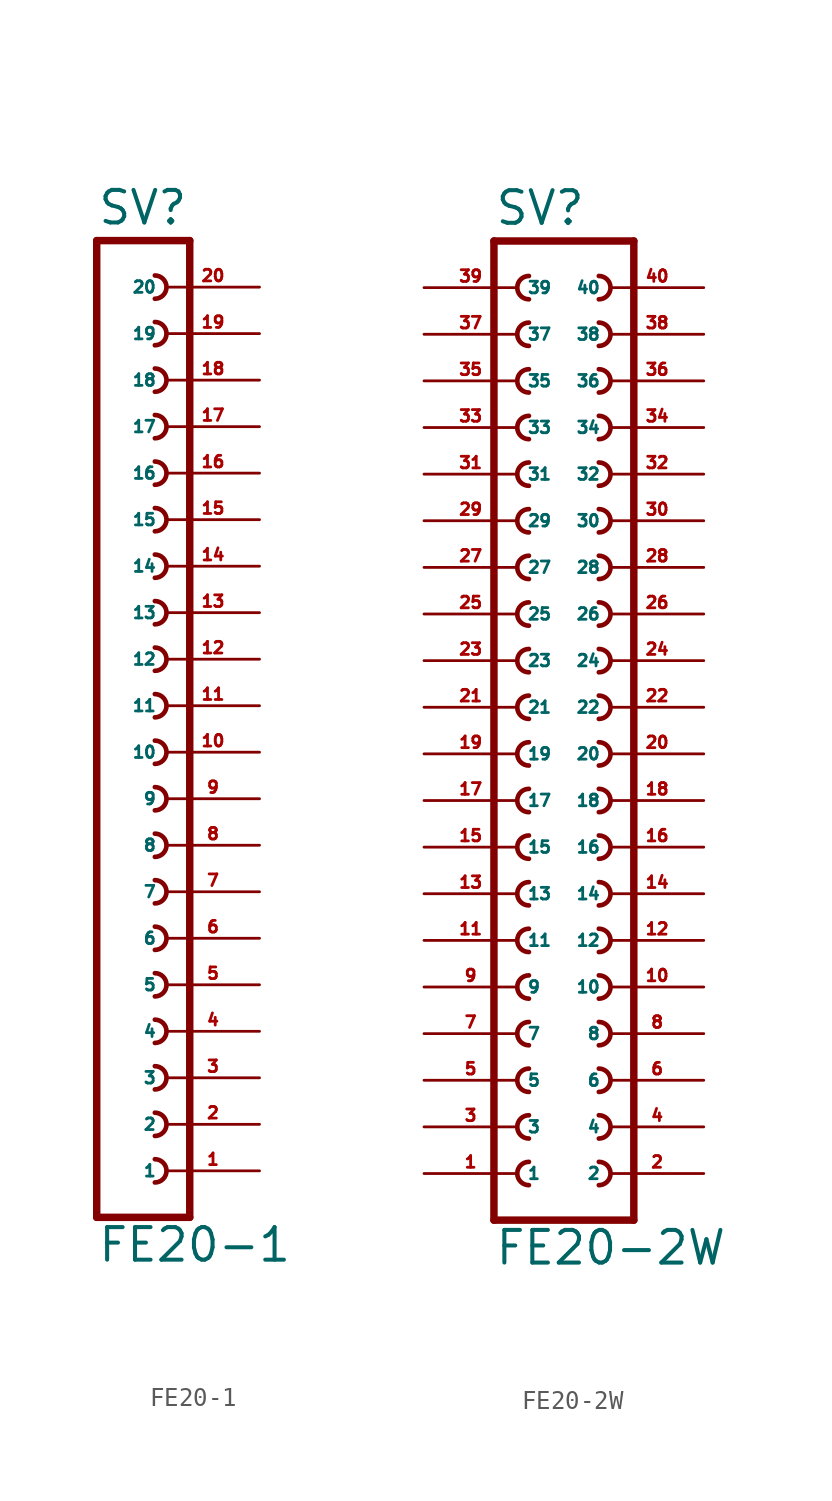
<source format=kicad_sym>
(kicad_symbol_lib
  (version 20220914)
  (generator Eagle2Kicad)
  (symbol "FE20-1"
    (property "Reference" "SV"
      (at -1.27 26.162 0)
      (effects (font (size 1.778 1.778) (thickness 0.22)) (justify left bottom)))
    (property "Value" "FE20-1"
      (at -1.27 -30.48 0)
      (effects (font (size 1.778 1.778) (thickness 0.22)) (justify left bottom)))
    (polyline
      (pts (xy 3.81 -27.94) (xy -1.27 -27.94))
      (stroke (width 0.406) (type default))
      (fill (type none)))
    (arc
      (start 1.905 -20.955)
      (mid 2.540 -20.320)
      (end 1.905 -19.685)
      (stroke (width 0.254) (type default))
      (fill (type none)))
    (arc
      (start 1.905 -23.495)
      (mid 2.540 -22.860)
      (end 1.905 -22.225)
      (stroke (width 0.254) (type default))
      (fill (type none)))
    (arc
      (start 1.905 -26.035)
      (mid 2.540 -25.400)
      (end 1.905 -24.765)
      (stroke (width 0.254) (type default))
      (fill (type none)))
    (arc
      (start 1.905 -15.875)
      (mid 2.540 -15.240)
      (end 1.905 -14.605)
      (stroke (width 0.254) (type default))
      (fill (type none)))
    (arc
      (start 1.905 -18.415)
      (mid 2.540 -17.780)
      (end 1.905 -17.145)
      (stroke (width 0.254) (type default))
      (fill (type none)))
    (arc
      (start 1.905 -8.255)
      (mid 2.540 -7.620)
      (end 1.905 -6.985)
      (stroke (width 0.254) (type default))
      (fill (type none)))
    (arc
      (start 1.905 -10.795)
      (mid 2.540 -10.160)
      (end 1.905 -9.525)
      (stroke (width 0.254) (type default))
      (fill (type none)))
    (arc
      (start 1.905 -13.335)
      (mid 2.540 -12.700)
      (end 1.905 -12.065)
      (stroke (width 0.254) (type default))
      (fill (type none)))
    (arc
      (start 1.905 -3.175)
      (mid 2.540 -2.540)
      (end 1.905 -1.905)
      (stroke (width 0.254) (type default))
      (fill (type none)))
    (arc
      (start 1.905 -5.715)
      (mid 2.540 -5.080)
      (end 1.905 -4.445)
      (stroke (width 0.254) (type default))
      (fill (type none)))
    (arc
      (start 1.905 4.445)
      (mid 2.540 5.080)
      (end 1.905 5.715)
      (stroke (width 0.254) (type default))
      (fill (type none)))
    (arc
      (start 1.905 1.905)
      (mid 2.540 2.540)
      (end 1.905 3.175)
      (stroke (width 0.254) (type default))
      (fill (type none)))
    (arc
      (start 1.905 -0.635)
      (mid 2.540 0.000)
      (end 1.905 0.635)
      (stroke (width 0.254) (type default))
      (fill (type none)))
    (arc
      (start 1.905 9.525)
      (mid 2.540 10.160)
      (end 1.905 10.795)
      (stroke (width 0.254) (type default))
      (fill (type none)))
    (arc
      (start 1.905 6.985)
      (mid 2.540 7.620)
      (end 1.905 8.255)
      (stroke (width 0.254) (type default))
      (fill (type none)))
    (arc
      (start 1.905 17.145)
      (mid 2.540 17.780)
      (end 1.905 18.415)
      (stroke (width 0.254) (type default))
      (fill (type none)))
    (arc
      (start 1.905 14.605)
      (mid 2.540 15.240)
      (end 1.905 15.875)
      (stroke (width 0.254) (type default))
      (fill (type none)))
    (arc
      (start 1.905 12.065)
      (mid 2.540 12.700)
      (end 1.905 13.335)
      (stroke (width 0.254) (type default))
      (fill (type none)))
    (polyline
      (pts (xy -1.27 25.4) (xy -1.27 -27.94))
      (stroke (width 0.406) (type default))
      (fill (type none)))
    (polyline
      (pts (xy 3.81 -27.94) (xy 3.81 25.4))
      (stroke (width 0.406) (type default))
      (fill (type none)))
    (polyline
      (pts (xy -1.27 25.4) (xy 3.81 25.4))
      (stroke (width 0.406) (type default))
      (fill (type none)))
    (arc
      (start 1.905 22.225)
      (mid 2.540 22.860)
      (end 1.905 23.495)
      (stroke (width 0.254) (type default))
      (fill (type none)))
    (arc
      (start 1.905 19.685)
      (mid 2.540 20.320)
      (end 1.905 20.955)
      (stroke (width 0.254) (type default))
      (fill (type none)))
    (pin passive line
      (at 7.62 -25.4 180)
      (length 5.08)
      (name "1" (effects (font (size 0.635 0.635) (thickness 0.08)) (justify left bottom)))
      (number "1" (effects (font (size 0.635 0.635) (thickness 0.08)) (justify left bottom))))
    (pin passive line
      (at 7.62 -22.86 180)
      (length 5.08)
      (name "2" (effects (font (size 0.635 0.635) (thickness 0.08)) (justify left bottom)))
      (number "2" (effects (font (size 0.635 0.635) (thickness 0.08)) (justify left bottom))))
    (pin passive line
      (at 7.62 -20.32 180)
      (length 5.08)
      (name "3" (effects (font (size 0.635 0.635) (thickness 0.08)) (justify left bottom)))
      (number "3" (effects (font (size 0.635 0.635) (thickness 0.08)) (justify left bottom))))
    (pin passive line
      (at 7.62 -17.78 180)
      (length 5.08)
      (name "4" (effects (font (size 0.635 0.635) (thickness 0.08)) (justify left bottom)))
      (number "4" (effects (font (size 0.635 0.635) (thickness 0.08)) (justify left bottom))))
    (pin passive line
      (at 7.62 -15.24 180)
      (length 5.08)
      (name "5" (effects (font (size 0.635 0.635) (thickness 0.08)) (justify left bottom)))
      (number "5" (effects (font (size 0.635 0.635) (thickness 0.08)) (justify left bottom))))
    (pin passive line
      (at 7.62 -12.7 180)
      (length 5.08)
      (name "6" (effects (font (size 0.635 0.635) (thickness 0.08)) (justify left bottom)))
      (number "6" (effects (font (size 0.635 0.635) (thickness 0.08)) (justify left bottom))))
    (pin passive line
      (at 7.62 -10.16 180)
      (length 5.08)
      (name "7" (effects (font (size 0.635 0.635) (thickness 0.08)) (justify left bottom)))
      (number "7" (effects (font (size 0.635 0.635) (thickness 0.08)) (justify left bottom))))
    (pin passive line
      (at 7.62 -7.62 180)
      (length 5.08)
      (name "8" (effects (font (size 0.635 0.635) (thickness 0.08)) (justify left bottom)))
      (number "8" (effects (font (size 0.635 0.635) (thickness 0.08)) (justify left bottom))))
    (pin passive line
      (at 7.62 -5.08 180)
      (length 5.08)
      (name "9" (effects (font (size 0.635 0.635) (thickness 0.08)) (justify left bottom)))
      (number "9" (effects (font (size 0.635 0.635) (thickness 0.08)) (justify left bottom))))
    (pin passive line
      (at 7.62 -2.54 180)
      (length 5.08)
      (name "10" (effects (font (size 0.635 0.635) (thickness 0.08)) (justify left bottom)))
      (number "10" (effects (font (size 0.635 0.635) (thickness 0.08)) (justify left bottom))))
    (pin passive line
      (at 7.62 0 180)
      (length 5.08)
      (name "11" (effects (font (size 0.635 0.635) (thickness 0.08)) (justify left bottom)))
      (number "11" (effects (font (size 0.635 0.635) (thickness 0.08)) (justify left bottom))))
    (pin passive line
      (at 7.62 2.54 180)
      (length 5.08)
      (name "12" (effects (font (size 0.635 0.635) (thickness 0.08)) (justify left bottom)))
      (number "12" (effects (font (size 0.635 0.635) (thickness 0.08)) (justify left bottom))))
    (pin passive line
      (at 7.62 5.08 180)
      (length 5.08)
      (name "13" (effects (font (size 0.635 0.635) (thickness 0.08)) (justify left bottom)))
      (number "13" (effects (font (size 0.635 0.635) (thickness 0.08)) (justify left bottom))))
    (pin passive line
      (at 7.62 7.62 180)
      (length 5.08)
      (name "14" (effects (font (size 0.635 0.635) (thickness 0.08)) (justify left bottom)))
      (number "14" (effects (font (size 0.635 0.635) (thickness 0.08)) (justify left bottom))))
    (pin passive line
      (at 7.62 10.16 180)
      (length 5.08)
      (name "15" (effects (font (size 0.635 0.635) (thickness 0.08)) (justify left bottom)))
      (number "15" (effects (font (size 0.635 0.635) (thickness 0.08)) (justify left bottom))))
    (pin passive line
      (at 7.62 12.7 180)
      (length 5.08)
      (name "16" (effects (font (size 0.635 0.635) (thickness 0.08)) (justify left bottom)))
      (number "16" (effects (font (size 0.635 0.635) (thickness 0.08)) (justify left bottom))))
    (pin passive line
      (at 7.62 15.24 180)
      (length 5.08)
      (name "17" (effects (font (size 0.635 0.635) (thickness 0.08)) (justify left bottom)))
      (number "17" (effects (font (size 0.635 0.635) (thickness 0.08)) (justify left bottom))))
    (pin passive line
      (at 7.62 17.78 180)
      (length 5.08)
      (name "18" (effects (font (size 0.635 0.635) (thickness 0.08)) (justify left bottom)))
      (number "18" (effects (font (size 0.635 0.635) (thickness 0.08)) (justify left bottom))))
    (pin passive line
      (at 7.62 20.32 180)
      (length 5.08)
      (name "19" (effects (font (size 0.635 0.635) (thickness 0.08)) (justify left bottom)))
      (number "19" (effects (font (size 0.635 0.635) (thickness 0.08)) (justify left bottom))))
    (pin passive line
      (at 7.62 22.86 180)
      (length 5.08)
      (name "20" (effects (font (size 0.635 0.635) (thickness 0.08)) (justify left bottom)))
      (number "20" (effects (font (size 0.635 0.635) (thickness 0.08)) (justify left bottom)))))
  (symbol "FE20-2W"
    (property "Reference" "SV"
      (at -3.81 26.162 0)
      (effects (font (size 1.778 1.778) (thickness 0.22)) (justify left bottom)))
    (property "Value" "FE20-2W"
      (at -3.81 -30.48 0)
      (effects (font (size 1.778 1.778) (thickness 0.22)) (justify left bottom)))
    (polyline
      (pts (xy 3.81 -27.94) (xy -3.81 -27.94))
      (stroke (width 0.406) (type default))
      (fill (type none)))
    (arc
      (start -1.905 -19.685)
      (mid -2.540 -20.320)
      (end -1.905 -20.955)
      (stroke (width 0.254) (type default))
      (fill (type none)))
    (arc
      (start -1.905 -22.225)
      (mid -2.540 -22.860)
      (end -1.905 -23.495)
      (stroke (width 0.254) (type default))
      (fill (type none)))
    (arc
      (start -1.905 -24.765)
      (mid -2.540 -25.400)
      (end -1.905 -26.035)
      (stroke (width 0.254) (type default))
      (fill (type none)))
    (arc
      (start 1.905 -20.955)
      (mid 2.540 -20.320)
      (end 1.905 -19.685)
      (stroke (width 0.254) (type default))
      (fill (type none)))
    (arc
      (start 1.905 -23.495)
      (mid 2.540 -22.860)
      (end 1.905 -22.225)
      (stroke (width 0.254) (type default))
      (fill (type none)))
    (arc
      (start 1.905 -26.035)
      (mid 2.540 -25.400)
      (end 1.905 -24.765)
      (stroke (width 0.254) (type default))
      (fill (type none)))
    (arc
      (start -1.905 -14.605)
      (mid -2.540 -15.240)
      (end -1.905 -15.875)
      (stroke (width 0.254) (type default))
      (fill (type none)))
    (arc
      (start -1.905 -17.145)
      (mid -2.540 -17.780)
      (end -1.905 -18.415)
      (stroke (width 0.254) (type default))
      (fill (type none)))
    (arc
      (start 1.905 -15.875)
      (mid 2.540 -15.240)
      (end 1.905 -14.605)
      (stroke (width 0.254) (type default))
      (fill (type none)))
    (arc
      (start 1.905 -18.415)
      (mid 2.540 -17.780)
      (end 1.905 -17.145)
      (stroke (width 0.254) (type default))
      (fill (type none)))
    (arc
      (start -1.905 -6.985)
      (mid -2.540 -7.620)
      (end -1.905 -8.255)
      (stroke (width 0.254) (type default))
      (fill (type none)))
    (arc
      (start -1.905 -9.525)
      (mid -2.540 -10.160)
      (end -1.905 -10.795)
      (stroke (width 0.254) (type default))
      (fill (type none)))
    (arc
      (start -1.905 -12.065)
      (mid -2.540 -12.700)
      (end -1.905 -13.335)
      (stroke (width 0.254) (type default))
      (fill (type none)))
    (arc
      (start 1.905 -8.255)
      (mid 2.540 -7.620)
      (end 1.905 -6.985)
      (stroke (width 0.254) (type default))
      (fill (type none)))
    (arc
      (start 1.905 -10.795)
      (mid 2.540 -10.160)
      (end 1.905 -9.525)
      (stroke (width 0.254) (type default))
      (fill (type none)))
    (arc
      (start 1.905 -13.335)
      (mid 2.540 -12.700)
      (end 1.905 -12.065)
      (stroke (width 0.254) (type default))
      (fill (type none)))
    (arc
      (start -1.905 -1.905)
      (mid -2.540 -2.540)
      (end -1.905 -3.175)
      (stroke (width 0.254) (type default))
      (fill (type none)))
    (arc
      (start -1.905 -4.445)
      (mid -2.540 -5.080)
      (end -1.905 -5.715)
      (stroke (width 0.254) (type default))
      (fill (type none)))
    (arc
      (start 1.905 -3.175)
      (mid 2.540 -2.540)
      (end 1.905 -1.905)
      (stroke (width 0.254) (type default))
      (fill (type none)))
    (arc
      (start 1.905 -5.715)
      (mid 2.540 -5.080)
      (end 1.905 -4.445)
      (stroke (width 0.254) (type default))
      (fill (type none)))
    (arc
      (start -1.905 5.715)
      (mid -2.540 5.080)
      (end -1.905 4.445)
      (stroke (width 0.254) (type default))
      (fill (type none)))
    (arc
      (start -1.905 3.175)
      (mid -2.540 2.540)
      (end -1.905 1.905)
      (stroke (width 0.254) (type default))
      (fill (type none)))
    (arc
      (start -1.905 0.635)
      (mid -2.540 0.000)
      (end -1.905 -0.635)
      (stroke (width 0.254) (type default))
      (fill (type none)))
    (arc
      (start 1.905 4.445)
      (mid 2.540 5.080)
      (end 1.905 5.715)
      (stroke (width 0.254) (type default))
      (fill (type none)))
    (arc
      (start 1.905 1.905)
      (mid 2.540 2.540)
      (end 1.905 3.175)
      (stroke (width 0.254) (type default))
      (fill (type none)))
    (arc
      (start 1.905 -0.635)
      (mid 2.540 0.000)
      (end 1.905 0.635)
      (stroke (width 0.254) (type default))
      (fill (type none)))
    (arc
      (start -1.905 10.795)
      (mid -2.540 10.160)
      (end -1.905 9.525)
      (stroke (width 0.254) (type default))
      (fill (type none)))
    (arc
      (start -1.905 8.255)
      (mid -2.540 7.620)
      (end -1.905 6.985)
      (stroke (width 0.254) (type default))
      (fill (type none)))
    (arc
      (start 1.905 9.525)
      (mid 2.540 10.160)
      (end 1.905 10.795)
      (stroke (width 0.254) (type default))
      (fill (type none)))
    (arc
      (start 1.905 6.985)
      (mid 2.540 7.620)
      (end 1.905 8.255)
      (stroke (width 0.254) (type default))
      (fill (type none)))
    (arc
      (start -1.905 15.875)
      (mid -2.540 15.240)
      (end -1.905 14.605)
      (stroke (width 0.254) (type default))
      (fill (type none)))
    (arc
      (start -1.905 13.335)
      (mid -2.540 12.700)
      (end -1.905 12.065)
      (stroke (width 0.254) (type default))
      (fill (type none)))
    (arc
      (start 1.905 14.605)
      (mid 2.540 15.240)
      (end 1.905 15.875)
      (stroke (width 0.254) (type default))
      (fill (type none)))
    (arc
      (start 1.905 12.065)
      (mid 2.540 12.700)
      (end 1.905 13.335)
      (stroke (width 0.254) (type default))
      (fill (type none)))
    (arc
      (start -1.905 23.495)
      (mid -2.540 22.860)
      (end -1.905 22.225)
      (stroke (width 0.254) (type default))
      (fill (type none)))
    (arc
      (start -1.905 20.955)
      (mid -2.540 20.320)
      (end -1.905 19.685)
      (stroke (width 0.254) (type default))
      (fill (type none)))
    (arc
      (start -1.905 18.415)
      (mid -2.540 17.780)
      (end -1.905 17.145)
      (stroke (width 0.254) (type default))
      (fill (type none)))
    (arc
      (start 1.905 22.225)
      (mid 2.540 22.860)
      (end 1.905 23.495)
      (stroke (width 0.254) (type default))
      (fill (type none)))
    (arc
      (start 1.905 19.685)
      (mid 2.540 20.320)
      (end 1.905 20.955)
      (stroke (width 0.254) (type default))
      (fill (type none)))
    (arc
      (start 1.905 17.145)
      (mid 2.540 17.780)
      (end 1.905 18.415)
      (stroke (width 0.254) (type default))
      (fill (type none)))
    (polyline
      (pts (xy -3.81 25.4) (xy -3.81 -27.94))
      (stroke (width 0.406) (type default))
      (fill (type none)))
    (polyline
      (pts (xy 3.81 -27.94) (xy 3.81 25.4))
      (stroke (width 0.406) (type default))
      (fill (type none)))
    (polyline
      (pts (xy -3.81 25.4) (xy 3.81 25.4))
      (stroke (width 0.406) (type default))
      (fill (type none)))
    (pin passive line
      (at -7.62 -25.4 0)
      (length 5.08)
      (name "1" (effects (font (size 0.635 0.635) (thickness 0.08)) (justify left bottom)))
      (number "1" (effects (font (size 0.635 0.635) (thickness 0.08)) (justify left bottom))))
    (pin passive line
      (at -7.62 -22.86 0)
      (length 5.08)
      (name "3" (effects (font (size 0.635 0.635) (thickness 0.08)) (justify left bottom)))
      (number "3" (effects (font (size 0.635 0.635) (thickness 0.08)) (justify left bottom))))
    (pin passive line
      (at -7.62 -20.32 0)
      (length 5.08)
      (name "5" (effects (font (size 0.635 0.635) (thickness 0.08)) (justify left bottom)))
      (number "5" (effects (font (size 0.635 0.635) (thickness 0.08)) (justify left bottom))))
    (pin passive line
      (at 7.62 -25.4 180)
      (length 5.08)
      (name "2" (effects (font (size 0.635 0.635) (thickness 0.08)) (justify left bottom)))
      (number "2" (effects (font (size 0.635 0.635) (thickness 0.08)) (justify left bottom))))
    (pin passive line
      (at 7.62 -22.86 180)
      (length 5.08)
      (name "4" (effects (font (size 0.635 0.635) (thickness 0.08)) (justify left bottom)))
      (number "4" (effects (font (size 0.635 0.635) (thickness 0.08)) (justify left bottom))))
    (pin passive line
      (at 7.62 -20.32 180)
      (length 5.08)
      (name "6" (effects (font (size 0.635 0.635) (thickness 0.08)) (justify left bottom)))
      (number "6" (effects (font (size 0.635 0.635) (thickness 0.08)) (justify left bottom))))
    (pin passive line
      (at -7.62 -17.78 0)
      (length 5.08)
      (name "7" (effects (font (size 0.635 0.635) (thickness 0.08)) (justify left bottom)))
      (number "7" (effects (font (size 0.635 0.635) (thickness 0.08)) (justify left bottom))))
    (pin passive line
      (at -7.62 -15.24 0)
      (length 5.08)
      (name "9" (effects (font (size 0.635 0.635) (thickness 0.08)) (justify left bottom)))
      (number "9" (effects (font (size 0.635 0.635) (thickness 0.08)) (justify left bottom))))
    (pin passive line
      (at 7.62 -17.78 180)
      (length 5.08)
      (name "8" (effects (font (size 0.635 0.635) (thickness 0.08)) (justify left bottom)))
      (number "8" (effects (font (size 0.635 0.635) (thickness 0.08)) (justify left bottom))))
    (pin passive line
      (at 7.62 -15.24 180)
      (length 5.08)
      (name "10" (effects (font (size 0.635 0.635) (thickness 0.08)) (justify left bottom)))
      (number "10" (effects (font (size 0.635 0.635) (thickness 0.08)) (justify left bottom))))
    (pin passive line
      (at -7.62 -12.7 0)
      (length 5.08)
      (name "11" (effects (font (size 0.635 0.635) (thickness 0.08)) (justify left bottom)))
      (number "11" (effects (font (size 0.635 0.635) (thickness 0.08)) (justify left bottom))))
    (pin passive line
      (at -7.62 -10.16 0)
      (length 5.08)
      (name "13" (effects (font (size 0.635 0.635) (thickness 0.08)) (justify left bottom)))
      (number "13" (effects (font (size 0.635 0.635) (thickness 0.08)) (justify left bottom))))
    (pin passive line
      (at -7.62 -7.62 0)
      (length 5.08)
      (name "15" (effects (font (size 0.635 0.635) (thickness 0.08)) (justify left bottom)))
      (number "15" (effects (font (size 0.635 0.635) (thickness 0.08)) (justify left bottom))))
    (pin passive line
      (at 7.62 -12.7 180)
      (length 5.08)
      (name "12" (effects (font (size 0.635 0.635) (thickness 0.08)) (justify left bottom)))
      (number "12" (effects (font (size 0.635 0.635) (thickness 0.08)) (justify left bottom))))
    (pin passive line
      (at 7.62 -10.16 180)
      (length 5.08)
      (name "14" (effects (font (size 0.635 0.635) (thickness 0.08)) (justify left bottom)))
      (number "14" (effects (font (size 0.635 0.635) (thickness 0.08)) (justify left bottom))))
    (pin passive line
      (at 7.62 -7.62 180)
      (length 5.08)
      (name "16" (effects (font (size 0.635 0.635) (thickness 0.08)) (justify left bottom)))
      (number "16" (effects (font (size 0.635 0.635) (thickness 0.08)) (justify left bottom))))
    (pin passive line
      (at -7.62 -5.08 0)
      (length 5.08)
      (name "17" (effects (font (size 0.635 0.635) (thickness 0.08)) (justify left bottom)))
      (number "17" (effects (font (size 0.635 0.635) (thickness 0.08)) (justify left bottom))))
    (pin passive line
      (at -7.62 -2.54 0)
      (length 5.08)
      (name "19" (effects (font (size 0.635 0.635) (thickness 0.08)) (justify left bottom)))
      (number "19" (effects (font (size 0.635 0.635) (thickness 0.08)) (justify left bottom))))
    (pin passive line
      (at 7.62 -5.08 180)
      (length 5.08)
      (name "18" (effects (font (size 0.635 0.635) (thickness 0.08)) (justify left bottom)))
      (number "18" (effects (font (size 0.635 0.635) (thickness 0.08)) (justify left bottom))))
    (pin passive line
      (at 7.62 -2.54 180)
      (length 5.08)
      (name "20" (effects (font (size 0.635 0.635) (thickness 0.08)) (justify left bottom)))
      (number "20" (effects (font (size 0.635 0.635) (thickness 0.08)) (justify left bottom))))
    (pin passive line
      (at -7.62 0 0)
      (length 5.08)
      (name "21" (effects (font (size 0.635 0.635) (thickness 0.08)) (justify left bottom)))
      (number "21" (effects (font (size 0.635 0.635) (thickness 0.08)) (justify left bottom))))
    (pin passive line
      (at -7.62 2.54 0)
      (length 5.08)
      (name "23" (effects (font (size 0.635 0.635) (thickness 0.08)) (justify left bottom)))
      (number "23" (effects (font (size 0.635 0.635) (thickness 0.08)) (justify left bottom))))
    (pin passive line
      (at -7.62 5.08 0)
      (length 5.08)
      (name "25" (effects (font (size 0.635 0.635) (thickness 0.08)) (justify left bottom)))
      (number "25" (effects (font (size 0.635 0.635) (thickness 0.08)) (justify left bottom))))
    (pin passive line
      (at 7.62 0 180)
      (length 5.08)
      (name "22" (effects (font (size 0.635 0.635) (thickness 0.08)) (justify left bottom)))
      (number "22" (effects (font (size 0.635 0.635) (thickness 0.08)) (justify left bottom))))
    (pin passive line
      (at 7.62 2.54 180)
      (length 5.08)
      (name "24" (effects (font (size 0.635 0.635) (thickness 0.08)) (justify left bottom)))
      (number "24" (effects (font (size 0.635 0.635) (thickness 0.08)) (justify left bottom))))
    (pin passive line
      (at 7.62 5.08 180)
      (length 5.08)
      (name "26" (effects (font (size 0.635 0.635) (thickness 0.08)) (justify left bottom)))
      (number "26" (effects (font (size 0.635 0.635) (thickness 0.08)) (justify left bottom))))
    (pin passive line
      (at -7.62 7.62 0)
      (length 5.08)
      (name "27" (effects (font (size 0.635 0.635) (thickness 0.08)) (justify left bottom)))
      (number "27" (effects (font (size 0.635 0.635) (thickness 0.08)) (justify left bottom))))
    (pin passive line
      (at -7.62 10.16 0)
      (length 5.08)
      (name "29" (effects (font (size 0.635 0.635) (thickness 0.08)) (justify left bottom)))
      (number "29" (effects (font (size 0.635 0.635) (thickness 0.08)) (justify left bottom))))
    (pin passive line
      (at 7.62 7.62 180)
      (length 5.08)
      (name "28" (effects (font (size 0.635 0.635) (thickness 0.08)) (justify left bottom)))
      (number "28" (effects (font (size 0.635 0.635) (thickness 0.08)) (justify left bottom))))
    (pin passive line
      (at 7.62 10.16 180)
      (length 5.08)
      (name "30" (effects (font (size 0.635 0.635) (thickness 0.08)) (justify left bottom)))
      (number "30" (effects (font (size 0.635 0.635) (thickness 0.08)) (justify left bottom))))
    (pin passive line
      (at -7.62 12.7 0)
      (length 5.08)
      (name "31" (effects (font (size 0.635 0.635) (thickness 0.08)) (justify left bottom)))
      (number "31" (effects (font (size 0.635 0.635) (thickness 0.08)) (justify left bottom))))
    (pin passive line
      (at -7.62 15.24 0)
      (length 5.08)
      (name "33" (effects (font (size 0.635 0.635) (thickness 0.08)) (justify left bottom)))
      (number "33" (effects (font (size 0.635 0.635) (thickness 0.08)) (justify left bottom))))
    (pin passive line
      (at 7.62 12.7 180)
      (length 5.08)
      (name "32" (effects (font (size 0.635 0.635) (thickness 0.08)) (justify left bottom)))
      (number "32" (effects (font (size 0.635 0.635) (thickness 0.08)) (justify left bottom))))
    (pin passive line
      (at 7.62 15.24 180)
      (length 5.08)
      (name "34" (effects (font (size 0.635 0.635) (thickness 0.08)) (justify left bottom)))
      (number "34" (effects (font (size 0.635 0.635) (thickness 0.08)) (justify left bottom))))
    (pin passive line
      (at -7.62 17.78 0)
      (length 5.08)
      (name "35" (effects (font (size 0.635 0.635) (thickness 0.08)) (justify left bottom)))
      (number "35" (effects (font (size 0.635 0.635) (thickness 0.08)) (justify left bottom))))
    (pin passive line
      (at -7.62 20.32 0)
      (length 5.08)
      (name "37" (effects (font (size 0.635 0.635) (thickness 0.08)) (justify left bottom)))
      (number "37" (effects (font (size 0.635 0.635) (thickness 0.08)) (justify left bottom))))
    (pin passive line
      (at -7.62 22.86 0)
      (length 5.08)
      (name "39" (effects (font (size 0.635 0.635) (thickness 0.08)) (justify left bottom)))
      (number "39" (effects (font (size 0.635 0.635) (thickness 0.08)) (justify left bottom))))
    (pin passive line
      (at 7.62 17.78 180)
      (length 5.08)
      (name "36" (effects (font (size 0.635 0.635) (thickness 0.08)) (justify left bottom)))
      (number "36" (effects (font (size 0.635 0.635) (thickness 0.08)) (justify left bottom))))
    (pin passive line
      (at 7.62 20.32 180)
      (length 5.08)
      (name "38" (effects (font (size 0.635 0.635) (thickness 0.08)) (justify left bottom)))
      (number "38" (effects (font (size 0.635 0.635) (thickness 0.08)) (justify left bottom))))
    (pin passive line
      (at 7.62 22.86 180)
      (length 5.08)
      (name "40" (effects (font (size 0.635 0.635) (thickness 0.08)) (justify left bottom)))
      (number "40" (effects (font (size 0.635 0.635) (thickness 0.08)) (justify left bottom))))))
</source>
